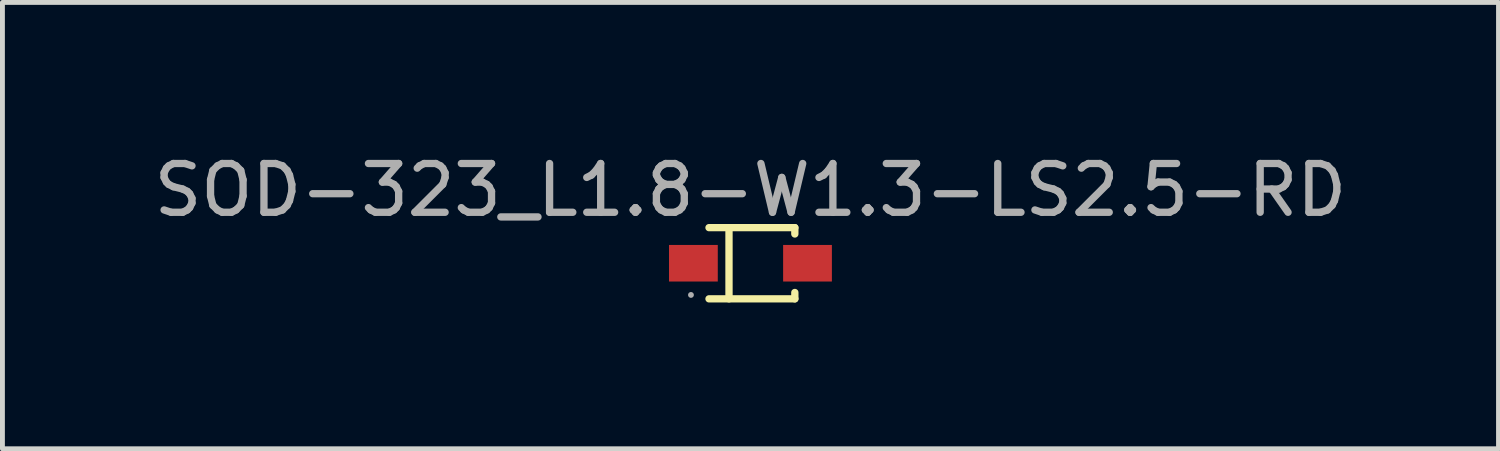
<source format=kicad_pcb>
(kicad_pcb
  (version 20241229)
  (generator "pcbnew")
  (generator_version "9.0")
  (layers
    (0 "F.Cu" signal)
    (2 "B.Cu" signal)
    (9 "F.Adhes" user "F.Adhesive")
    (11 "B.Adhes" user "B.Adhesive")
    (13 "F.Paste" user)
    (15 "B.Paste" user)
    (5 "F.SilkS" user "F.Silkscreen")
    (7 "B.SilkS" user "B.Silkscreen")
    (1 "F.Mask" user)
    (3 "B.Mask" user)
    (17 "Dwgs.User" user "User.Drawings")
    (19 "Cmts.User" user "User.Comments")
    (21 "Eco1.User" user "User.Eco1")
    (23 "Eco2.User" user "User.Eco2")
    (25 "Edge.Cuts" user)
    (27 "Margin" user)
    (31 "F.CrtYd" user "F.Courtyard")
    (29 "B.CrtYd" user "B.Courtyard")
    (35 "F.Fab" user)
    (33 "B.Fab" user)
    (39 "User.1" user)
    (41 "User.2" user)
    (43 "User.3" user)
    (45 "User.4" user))
  (footprint "SOD-323_L1.8-W1.3-LS2.5-RD"
    (layer "F.Cu")
    (at 11.509 2.348)
    (property "Reference" "SOD-323_L1.8-W1.3-LS2.5-RD" (at 0.83 -1.5 0) (layer "F.Fab") (effects (font (size 1 1) (thickness 0.15))))
    (attr smd)
    (fp_line (start -0.02 -0.73) (end 1.74 -0.73) (stroke (width 0.15) (type solid)) (layer "F.SilkS"))
    (fp_line (start -0.02 0.73) (end 1.74 0.73) (stroke (width 0.15) (type solid)) (layer "F.SilkS"))
    (fp_line (start 0.39 -0.73) (end 0.39 0.73) (stroke (width 0.15) (type solid)) (layer "F.SilkS"))
    (fp_line (start 1.74 -0.6) (end 1.74 -0.73) (stroke (width 0.15) (type solid)) (layer "F.SilkS"))
    (fp_line (start 1.74 0.73) (end 1.74 0.6) (stroke (width 0.15) (type solid)) (layer "F.SilkS"))
    (fp_circle (center -0.39 0.65) (end -0.36 0.65) (stroke (width 0.06) (type solid)) (fill no) (layer "F.Fab"))
    (pad "1" smd rect (at -0.34 0) (size 1 0.75) (layers "F.Cu" "F.Mask" "F.Paste"))
    (pad "2" smd rect (at 2 0) (size 1 0.75) (layers "F.Cu" "F.Mask" "F.Paste")))
  (gr_rect
    (start -3 -3)
    (end 27.679 6.153)
    (stroke (width 0.1) (type default))
    (fill no)
    (layer "Edge.Cuts")))
</source>
